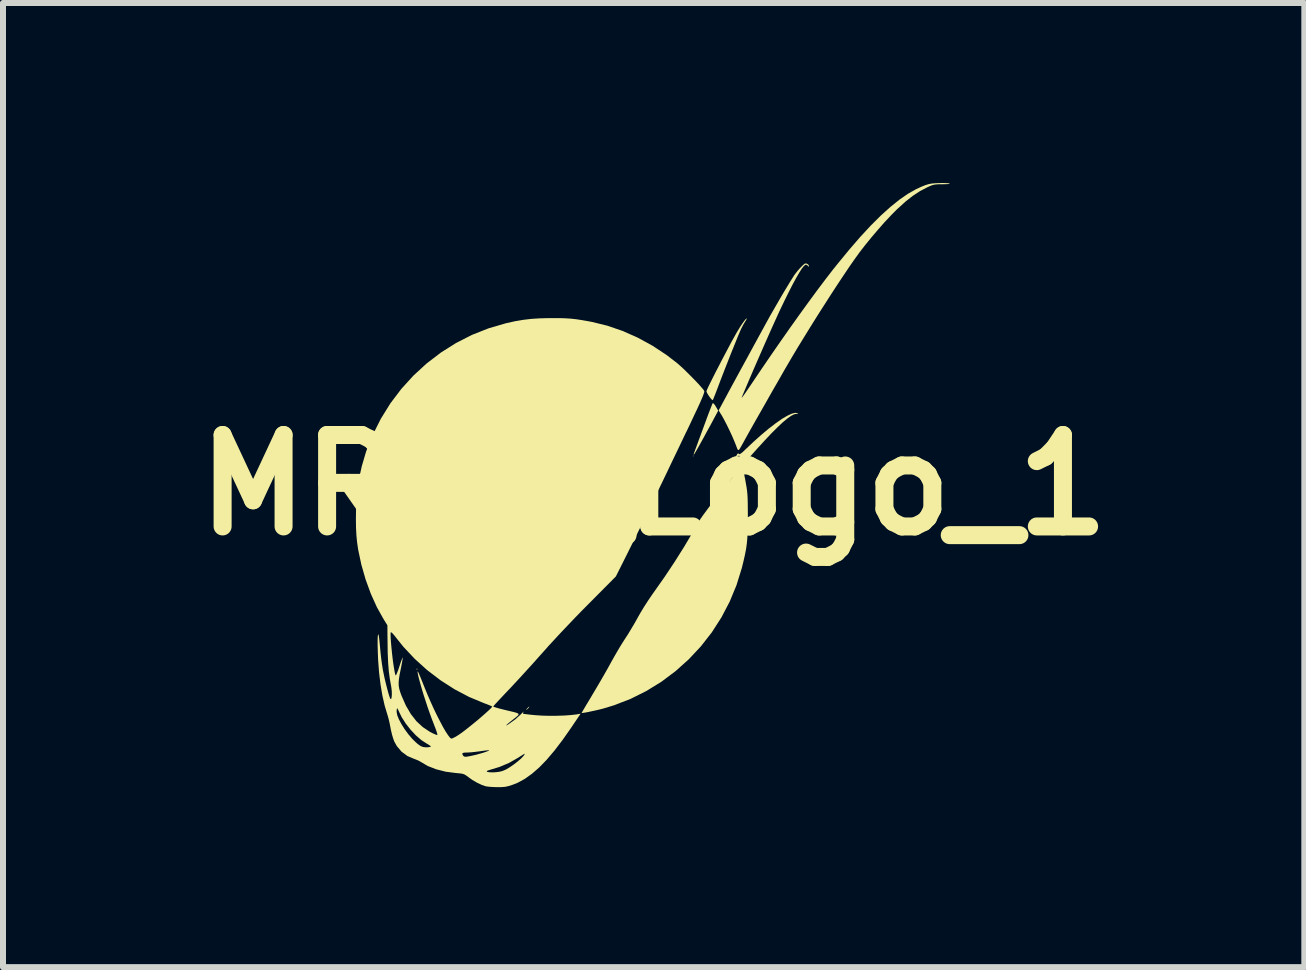
<source format=kicad_pcb>
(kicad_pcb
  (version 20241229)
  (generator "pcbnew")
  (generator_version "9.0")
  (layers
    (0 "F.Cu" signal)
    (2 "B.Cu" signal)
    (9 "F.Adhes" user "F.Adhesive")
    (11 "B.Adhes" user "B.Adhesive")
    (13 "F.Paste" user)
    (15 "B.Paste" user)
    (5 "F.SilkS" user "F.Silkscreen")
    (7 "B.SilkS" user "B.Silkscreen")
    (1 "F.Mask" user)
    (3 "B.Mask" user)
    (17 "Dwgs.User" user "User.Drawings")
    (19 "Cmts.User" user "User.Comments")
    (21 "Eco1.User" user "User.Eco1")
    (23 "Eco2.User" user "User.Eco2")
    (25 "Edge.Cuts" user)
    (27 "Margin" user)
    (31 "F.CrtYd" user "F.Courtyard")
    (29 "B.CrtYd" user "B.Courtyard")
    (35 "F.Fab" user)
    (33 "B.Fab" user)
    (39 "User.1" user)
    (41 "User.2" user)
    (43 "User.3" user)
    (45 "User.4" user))
  (footprint "MRDT_Logo_1"
    (layer "F.Cu")
    (at 7.845 5.035)
    (property "Reference" "MRDT_Logo_1" (at 0 0 0) (layer "F.SilkS") (effects (font (size 1.524 1.524) (thickness 0.3))))
    (attr board_only exclude_from_pos_files exclude_from_bom)
    (fp_poly (pts (xy 0.666 -0.485) (xy 0.659 -0.478) (xy 0.651 -0.485) (xy 0.659 -0.492)) (stroke (width 0) (type solid)) (fill yes) (layer "F.SilkS"))
    (fp_poly (pts (xy -3.941 3.059) (xy -3.94 3.076) (xy -3.941 3.078) (xy -3.95 3.076) (xy -3.951 3.068) (xy -3.946 3.056)) (stroke (width 0) (type solid)) (fill yes) (layer "F.SilkS"))
    (fp_poly (pts (xy -2.075 3.7) (xy -2.091 3.72) (xy -2.113 3.741) (xy -2.125 3.748) (xy -2.122 3.739) (xy -2.106 3.72) (xy -2.084 3.698) (xy -2.072 3.691)) (stroke (width 0) (type solid)) (fill yes) (layer "F.SilkS"))
    (fp_poly (pts (xy 0.997 -1.361) (xy 1.018 -1.337) (xy 1.036 -1.309) (xy 1.076 -1.24) (xy 1.021 -1.138) (xy 0.953 -1.011) (xy 0.888 -0.893) (xy 0.83 -0.786) (xy 0.779 -0.694) (xy 0.736 -0.617) (xy 0.703 -0.559) (xy 0.68 -0.521) (xy 0.67 -0.507) (xy 0.67 -0.507) (xy 0.667 -0.517) (xy 0.67 -0.525) (xy 0.676 -0.542) (xy 0.691 -0.584) (xy 0.714 -0.645) (xy 0.742 -0.723) (xy 0.776 -0.814) (xy 0.813 -0.915) (xy 0.825 -0.948) (xy 0.863 -1.051) (xy 0.897 -1.144) (xy 0.928 -1.226) (xy 0.954 -1.292) (xy 0.972 -1.339) (xy 0.983 -1.363) (xy 0.984 -1.366)) (stroke (width 0) (type solid)) (fill yes) (layer "F.SilkS"))
    (fp_poly (pts (xy 2.395 -1.2) (xy 2.41 -1.192) (xy 2.401 -1.189) (xy 2.379 -1.188) (xy 2.34 -1.179) (xy 2.29 -1.153) (xy 2.229 -1.11) (xy 2.155 -1.049) (xy 2.069 -0.968) (xy 1.968 -0.868) (xy 1.854 -0.747) (xy 1.724 -0.605) (xy 1.577 -0.441) (xy 1.491 -0.344) (xy 1.482 -0.35) (xy 1.469 -0.378) (xy 1.456 -0.412) (xy 1.442 -0.455) (xy 1.429 -0.484) (xy 1.422 -0.492) (xy 1.406 -0.483) (xy 1.379 -0.462) (xy 1.377 -0.46) (xy 1.34 -0.427) (xy 1.362 -0.463) (xy 1.383 -0.497) (xy 1.396 -0.519) (xy 1.408 -0.531) (xy 1.42 -0.519) (xy 1.431 -0.514) (xy 1.453 -0.526) (xy 1.489 -0.555) (xy 1.523 -0.588) (xy 1.663 -0.72) (xy 1.795 -0.838) (xy 1.919 -0.942) (xy 2.034 -1.03) (xy 2.136 -1.102) (xy 2.226 -1.155) (xy 2.301 -1.19) (xy 2.36 -1.204)) (stroke (width 0) (type solid)) (fill yes) (layer "F.SilkS"))
    (fp_poly (pts (xy 1.55 -2.768) (xy 1.536 -2.742) (xy 1.525 -2.725) (xy 1.497 -2.679) (xy 1.467 -2.623) (xy 1.452 -2.591) (xy 1.432 -2.544) (xy 1.403 -2.476) (xy 1.368 -2.389) (xy 1.327 -2.288) (xy 1.283 -2.179) (xy 1.238 -2.064) (xy 1.193 -1.95) (xy 1.15 -1.839) (xy 1.111 -1.738) (xy 1.078 -1.65) (xy 1.049 -1.574) (xy 1.024 -1.509) (xy 1.003 -1.457) (xy 0.99 -1.425) (xy 0.985 -1.416) (xy 0.973 -1.421) (xy 0.951 -1.445) (xy 0.926 -1.477) (xy 0.9 -1.517) (xy 0.883 -1.55) (xy 0.88 -1.565) (xy 0.89 -1.591) (xy 0.912 -1.64) (xy 0.945 -1.707) (xy 0.985 -1.788) (xy 1.032 -1.881) (xy 1.084 -1.981) (xy 1.138 -2.086) (xy 1.193 -2.19) (xy 1.247 -2.292) (xy 1.297 -2.387) (xy 1.344 -2.471) (xy 1.383 -2.541) (xy 1.404 -2.576) (xy 1.444 -2.641) (xy 1.482 -2.698) (xy 1.515 -2.743) (xy 1.539 -2.771) (xy 1.551 -2.779)) (stroke (width 0) (type solid)) (fill yes) (layer "F.SilkS"))
    (fp_poly (pts (xy 1.49 -0.263) (xy 1.498 -0.227) (xy 1.51 -0.171) (xy 1.524 -0.101) (xy 1.537 -0.028) (xy 1.548 0.034) (xy 1.556 0.091) (xy 1.562 0.15) (xy 1.566 0.215) (xy 1.568 0.293) (xy 1.569 0.388) (xy 1.57 0.506) (xy 1.57 0.521) (xy 1.569 0.663) (xy 1.566 0.783) (xy 1.561 0.887) (xy 1.552 0.982) (xy 1.539 1.073) (xy 1.52 1.169) (xy 1.496 1.274) (xy 1.47 1.38) (xy 1.381 1.667) (xy 1.267 1.943) (xy 1.129 2.206) (xy 0.969 2.455) (xy 0.787 2.688) (xy 0.585 2.904) (xy 0.365 3.101) (xy 0.129 3.278) (xy -0.123 3.433) (xy -0.388 3.565) (xy -0.666 3.672) (xy -0.841 3.725) (xy -0.904 3.741) (xy -0.973 3.757) (xy -1.042 3.772) (xy -1.104 3.785) (xy -1.156 3.794) (xy -1.19 3.799) (xy -1.201 3.798) (xy -1.194 3.785) (xy -1.174 3.751) (xy -1.143 3.698) (xy -1.103 3.631) (xy -1.056 3.553) (xy -1.016 3.485) (xy -0.955 3.383) (xy -0.891 3.274) (xy -0.828 3.165) (xy -0.77 3.063) (xy -0.722 2.976) (xy -0.709 2.952) (xy -0.659 2.863) (xy -0.603 2.766) (xy -0.547 2.672) (xy -0.496 2.591) (xy -0.477 2.562) (xy -0.426 2.483) (xy -0.37 2.39) (xy -0.313 2.294) (xy -0.264 2.206) (xy -0.261 2.2) (xy -0.215 2.12) (xy -0.158 2.026) (xy -0.094 1.927) (xy -0.03 1.832) (xy 0.007 1.78) (xy 0.185 1.527) (xy 0.35 1.279) (xy 0.51 1.025) (xy 0.668 0.758) (xy 0.753 0.608) (xy 0.781 0.563) (xy 0.825 0.5) (xy 0.883 0.421) (xy 0.95 0.331) (xy 1.026 0.232) (xy 1.107 0.129) (xy 1.19 0.024) (xy 1.273 -0.079) (xy 1.353 -0.176) (xy 1.428 -0.264) (xy 1.435 -0.271) (xy 1.475 -0.318)) (stroke (width 0) (type solid)) (fill yes) (layer "F.SilkS"))
    (fp_poly (pts (xy 4.872 -5.033) (xy 4.915 -5.03) (xy 4.931 -5.027) (xy 4.933 -5.021) (xy 4.908 -5.017) (xy 4.857 -5.015) (xy 4.815 -5.014) (xy 4.746 -5.014) (xy 4.695 -5.01) (xy 4.654 -5.002) (xy 4.612 -4.987) (xy 4.56 -4.963) (xy 4.556 -4.961) (xy 4.438 -4.899) (xy 4.322 -4.823) (xy 4.202 -4.729) (xy 4.075 -4.614) (xy 4.047 -4.588) (xy 3.954 -4.494) (xy 3.849 -4.382) (xy 3.74 -4.258) (xy 3.63 -4.129) (xy 3.526 -4.001) (xy 3.432 -3.88) (xy 3.417 -3.859) (xy 3.345 -3.759) (xy 3.26 -3.637) (xy 3.166 -3.497) (xy 3.063 -3.342) (xy 2.954 -3.175) (xy 2.842 -3) (xy 2.727 -2.82) (xy 2.614 -2.639) (xy 2.503 -2.459) (xy 2.396 -2.285) (xy 2.297 -2.119) (xy 2.226 -1.997) (xy 2.183 -1.924) (xy 2.131 -1.833) (xy 2.072 -1.729) (xy 2.006 -1.615) (xy 1.937 -1.494) (xy 1.867 -1.37) (xy 1.797 -1.247) (xy 1.729 -1.128) (xy 1.666 -1.017) (xy 1.609 -0.916) (xy 1.561 -0.83) (xy 1.523 -0.762) (xy 1.498 -0.716) (xy 1.461 -0.65) (xy 1.436 -0.607) (xy 1.419 -0.585) (xy 1.406 -0.584) (xy 1.395 -0.602) (xy 1.382 -0.636) (xy 1.375 -0.655) (xy 1.347 -0.725) (xy 1.31 -0.812) (xy 1.266 -0.907) (xy 1.221 -1) (xy 1.177 -1.085) (xy 1.14 -1.152) (xy 1.136 -1.158) (xy 1.083 -1.245) (xy 1.202 -1.465) (xy 1.247 -1.549) (xy 1.302 -1.651) (xy 1.368 -1.772) (xy 1.445 -1.914) (xy 1.535 -2.078) (xy 1.636 -2.264) (xy 1.75 -2.473) (xy 1.878 -2.707) (xy 1.886 -2.721) (xy 1.933 -2.807) (xy 1.988 -2.903) (xy 2.047 -3.005) (xy 2.107 -3.109) (xy 2.166 -3.21) (xy 2.223 -3.304) (xy 2.273 -3.387) (xy 2.316 -3.455) (xy 2.347 -3.504) (xy 2.357 -3.517) (xy 2.395 -3.566) (xy 2.438 -3.615) (xy 2.479 -3.657) (xy 2.512 -3.686) (xy 2.521 -3.692) (xy 2.549 -3.693) (xy 2.576 -3.676) (xy 2.59 -3.648) (xy 2.591 -3.643) (xy 2.584 -3.64) (xy 2.571 -3.654) (xy 2.546 -3.672) (xy 2.529 -3.672) (xy 2.504 -3.651) (xy 2.468 -3.606) (xy 2.424 -3.536) (xy 2.371 -3.445) (xy 2.311 -3.334) (xy 2.245 -3.204) (xy 2.173 -3.058) (xy 2.096 -2.897) (xy 2.055 -2.807) (xy 2.019 -2.728) (xy 1.977 -2.635) (xy 1.93 -2.53) (xy 1.88 -2.417) (xy 1.828 -2.299) (xy 1.775 -2.178) (xy 1.722 -2.057) (xy 1.671 -1.94) (xy 1.623 -1.828) (xy 1.579 -1.726) (xy 1.541 -1.636) (xy 1.509 -1.56) (xy 1.485 -1.503) (xy 1.47 -1.466) (xy 1.466 -1.453) (xy 1.475 -1.463) (xy 1.498 -1.493) (xy 1.532 -1.541) (xy 1.574 -1.603) (xy 1.623 -1.675) (xy 1.639 -1.699) (xy 1.795 -1.93) (xy 1.954 -2.163) (xy 2.114 -2.394) (xy 2.273 -2.621) (xy 2.43 -2.841) (xy 2.582 -3.051) (xy 2.726 -3.247) (xy 2.861 -3.426) (xy 2.985 -3.587) (xy 3.062 -3.683) (xy 3.259 -3.923) (xy 3.445 -4.138) (xy 3.621 -4.328) (xy 3.788 -4.494) (xy 3.946 -4.636) (xy 4.096 -4.757) (xy 4.239 -4.856) (xy 4.376 -4.933) (xy 4.468 -4.975) (xy 4.531 -5) (xy 4.584 -5.016) (xy 4.635 -5.026) (xy 4.698 -5.031) (xy 4.747 -5.033) (xy 4.814 -5.035)) (stroke (width 0) (type solid)) (fill yes) (layer "F.SilkS"))
    (fp_poly (pts (xy -1.578 -2.783) (xy -1.475 -2.78) (xy -1.382 -2.774) (xy -1.291 -2.764) (xy -1.193 -2.749) (xy -1.079 -2.729) (xy -1.028 -2.719) (xy -0.774 -2.657) (xy -0.518 -2.569) (xy -0.265 -2.457) (xy -0.02 -2.323) (xy 0.214 -2.169) (xy 0.392 -2.032) (xy 0.441 -1.989) (xy 0.499 -1.936) (xy 0.562 -1.874) (xy 0.627 -1.809) (xy 0.69 -1.745) (xy 0.747 -1.685) (xy 0.793 -1.633) (xy 0.827 -1.593) (xy 0.842 -1.571) (xy 0.844 -1.56) (xy 0.841 -1.542) (xy 0.832 -1.515) (xy 0.818 -1.477) (xy 0.796 -1.426) (xy 0.767 -1.359) (xy 0.728 -1.274) (xy 0.679 -1.171) (xy 0.62 -1.045) (xy 0.549 -0.896) (xy 0.538 -0.875) (xy 0.415 -0.617) (xy 0.303 -0.384) (xy 0.202 -0.172) (xy 0.11 0.019) (xy 0.026 0.193) (xy -0.05 0.35) (xy -0.12 0.494) (xy -0.184 0.626) (xy -0.244 0.749) (xy -0.301 0.864) (xy -0.355 0.973) (xy -0.408 1.079) (xy -0.424 1.112) (xy -0.63 1.523) (xy -1.078 1.974) (xy -1.188 2.085) (xy -1.306 2.206) (xy -1.425 2.331) (xy -1.543 2.455) (xy -1.653 2.574) (xy -1.753 2.682) (xy -1.836 2.776) (xy -1.839 2.779) (xy -1.931 2.882) (xy -2.031 2.994) (xy -2.135 3.108) (xy -2.236 3.219) (xy -2.329 3.319) (xy -2.409 3.405) (xy -2.411 3.406) (xy -2.481 3.48) (xy -2.544 3.547) (xy -2.598 3.605) (xy -2.639 3.649) (xy -2.665 3.679) (xy -2.674 3.69) (xy -2.663 3.697) (xy -2.627 3.709) (xy -2.574 3.724) (xy -2.507 3.741) (xy -2.479 3.748) (xy -2.386 3.77) (xy -2.319 3.786) (xy -2.275 3.8) (xy -2.254 3.812) (xy -2.252 3.827) (xy -2.267 3.846) (xy -2.299 3.872) (xy -2.343 3.907) (xy -2.4 3.952) (xy -2.439 3.985) (xy -2.458 4.004) (xy -2.457 4.007) (xy -2.434 3.995) (xy -2.421 3.987) (xy -2.308 3.906) (xy -2.214 3.821) (xy -2.208 3.815) (xy -2.181 3.788) (xy -2.168 3.775) (xy -2.169 3.78) (xy -2.179 3.802) (xy -2.175 3.811) (xy -2.157 3.815) (xy -2.116 3.82) (xy -2.057 3.827) (xy -1.986 3.834) (xy -1.961 3.836) (xy -1.853 3.843) (xy -1.733 3.846) (xy -1.608 3.845) (xy -1.487 3.841) (xy -1.378 3.833) (xy -1.289 3.823) (xy -1.285 3.822) (xy -1.218 3.811) (xy -1.375 4.044) (xy -1.518 4.248) (xy -1.654 4.426) (xy -1.783 4.578) (xy -1.908 4.707) (xy -2.029 4.812) (xy -2.148 4.897) (xy -2.265 4.961) (xy -2.35 4.995) (xy -2.416 5.016) (xy -2.473 5.029) (xy -2.533 5.034) (xy -2.605 5.035) (xy -2.672 5.033) (xy -2.735 5.029) (xy -2.783 5.023) (xy -2.797 5.021) (xy -2.864 4.998) (xy -2.943 4.961) (xy -3.022 4.915) (xy -3.091 4.866) (xy -3.127 4.839) (xy -3.157 4.822) (xy -3.189 4.811) (xy -3.234 4.805) (xy -3.298 4.799) (xy -3.3 4.799) (xy -3.469 4.777) (xy -3.487 4.772) (xy -2.784 4.772) (xy -2.77 4.781) (xy -2.734 4.787) (xy -2.677 4.788) (xy -2.648 4.787) (xy -2.579 4.78) (xy -2.524 4.767) (xy -2.469 4.744) (xy -2.452 4.735) (xy -2.391 4.698) (xy -2.325 4.652) (xy -2.262 4.603) (xy -2.208 4.556) (xy -2.17 4.515) (xy -2.163 4.506) (xy -2.152 4.488) (xy -2.148 4.479) (xy -2.156 4.48) (xy -2.178 4.493) (xy -2.219 4.519) (xy -2.265 4.548) (xy -2.411 4.631) (xy -2.57 4.698) (xy -2.734 4.748) (xy -2.772 4.761) (xy -2.784 4.772) (xy -3.487 4.772) (xy -3.625 4.737) (xy -3.766 4.682) (xy -3.883 4.613) (xy -3.923 4.591) (xy -3.974 4.57) (xy -3.991 4.564) (xy -4.104 4.516) (xy -4.151 4.481) (xy -3.19 4.481) (xy -3.18 4.503) (xy -3.168 4.518) (xy -3.152 4.527) (xy -3.126 4.528) (xy -3.085 4.522) (xy -3.021 4.509) (xy -3.018 4.508) (xy -2.96 4.495) (xy -2.899 4.478) (xy -2.84 4.461) (xy -2.79 4.444) (xy -2.754 4.43) (xy -2.739 4.421) (xy -2.739 4.42) (xy -2.755 4.42) (xy -2.793 4.423) (xy -2.847 4.43) (xy -2.889 4.436) (xy -2.96 4.445) (xy -3.029 4.453) (xy -3.086 4.457) (xy -3.106 4.458) (xy -3.157 4.459) (xy -3.184 4.467) (xy -3.19 4.481) (xy -4.151 4.481) (xy -4.202 4.444) (xy -4.281 4.35) (xy -4.324 4.273) (xy -4.342 4.223) (xy -4.362 4.156) (xy -4.379 4.082) (xy -4.386 4.047) (xy -4.4 3.974) (xy -4.417 3.9) (xy -4.434 3.839) (xy -4.441 3.817) (xy -4.452 3.781) (xy -4.284 3.781) (xy -4.274 3.836) (xy -4.246 3.905) (xy -4.204 3.984) (xy -4.152 4.067) (xy -4.092 4.149) (xy -4.028 4.225) (xy -3.963 4.289) (xy -3.928 4.319) (xy -3.882 4.351) (xy -3.842 4.366) (xy -3.797 4.371) (xy -3.791 4.371) (xy -3.749 4.369) (xy -3.72 4.363) (xy -3.714 4.36) (xy -3.722 4.347) (xy -3.75 4.328) (xy -3.785 4.307) (xy -3.873 4.25) (xy -3.963 4.172) (xy -4.051 4.078) (xy -4.132 3.975) (xy -4.2 3.868) (xy -4.239 3.788) (xy -4.257 3.749) (xy -4.271 3.724) (xy -4.276 3.72) (xy -4.281 3.732) (xy -4.284 3.765) (xy -4.284 3.781) (xy -4.452 3.781) (xy -4.484 3.674) (xy -4.522 3.507) (xy -4.553 3.321) (xy -4.577 3.121) (xy -4.593 2.91) (xy -4.598 2.777) (xy -4.601 2.67) (xy -4.601 2.586) (xy -4.599 2.528) (xy -4.595 2.494) (xy -4.59 2.487) (xy -4.583 2.506) (xy -4.576 2.553) (xy -4.568 2.627) (xy -4.562 2.689) (xy -4.553 2.784) (xy -4.542 2.886) (xy -4.529 2.983) (xy -4.516 3.065) (xy -4.516 3.068) (xy -4.501 3.142) (xy -4.484 3.223) (xy -4.464 3.306) (xy -4.444 3.385) (xy -4.425 3.456) (xy -4.408 3.514) (xy -4.394 3.553) (xy -4.385 3.568) (xy -4.374 3.562) (xy -4.367 3.534) (xy -4.364 3.491) (xy -4.365 3.438) (xy -4.371 3.382) (xy -4.376 3.35) (xy -4.398 3.228) (xy -4.415 3.099) (xy -4.426 2.956) (xy -4.433 2.795) (xy -4.435 2.649) (xy -4.437 2.488) (xy -4.385 2.488) (xy -4.384 2.542) (xy -4.379 2.613) (xy -4.372 2.695) (xy -4.363 2.784) (xy -4.353 2.874) (xy -4.342 2.961) (xy -4.33 3.039) (xy -4.319 3.104) (xy -4.309 3.15) (xy -4.301 3.173) (xy -4.3 3.173) (xy -4.292 3.165) (xy -4.278 3.134) (xy -4.259 3.085) (xy -4.241 3.031) (xy -4.221 2.969) (xy -4.203 2.919) (xy -4.19 2.885) (xy -4.184 2.873) (xy -4.183 2.885) (xy -4.188 2.919) (xy -4.197 2.972) (xy -4.21 3.039) (xy -4.214 3.059) (xy -4.234 3.157) (xy -4.246 3.234) (xy -4.251 3.295) (xy -4.249 3.348) (xy -4.24 3.399) (xy -4.223 3.454) (xy -4.204 3.507) (xy -4.13 3.675) (xy -4.047 3.817) (xy -3.954 3.936) (xy -3.848 4.034) (xy -3.728 4.114) (xy -3.693 4.132) (xy -3.65 4.152) (xy -3.618 4.164) (xy -3.605 4.166) (xy -3.606 4.151) (xy -3.616 4.115) (xy -3.634 4.063) (xy -3.659 3.999) (xy -3.663 3.987) (xy -3.696 3.902) (xy -3.731 3.806) (xy -3.767 3.704) (xy -3.801 3.599) (xy -3.835 3.495) (xy -3.865 3.396) (xy -3.891 3.305) (xy -3.912 3.227) (xy -3.927 3.165) (xy -3.934 3.122) (xy -3.933 3.103) (xy -3.933 3.103) (xy -3.926 3.114) (xy -3.911 3.148) (xy -3.888 3.201) (xy -3.86 3.27) (xy -3.828 3.35) (xy -3.821 3.368) (xy -3.773 3.485) (xy -3.722 3.603) (xy -3.669 3.72) (xy -3.616 3.831) (xy -3.563 3.934) (xy -3.514 4.027) (xy -3.469 4.105) (xy -3.429 4.166) (xy -3.398 4.207) (xy -3.375 4.226) (xy -3.372 4.226) (xy -3.348 4.219) (xy -3.309 4.199) (xy -3.262 4.171) (xy -3.255 4.166) (xy -3.208 4.134) (xy -3.15 4.091) (xy -3.084 4.039) (xy -3.013 3.982) (xy -2.941 3.923) (xy -2.872 3.864) (xy -2.809 3.809) (xy -2.757 3.762) (xy -2.717 3.724) (xy -2.696 3.699) (xy -2.692 3.692) (xy -2.705 3.684) (xy -2.739 3.669) (xy -2.79 3.649) (xy -2.833 3.633) (xy -3.077 3.531) (xy -3.318 3.404) (xy -3.552 3.254) (xy -3.775 3.084) (xy -3.982 2.897) (xy -4.17 2.697) (xy -4.277 2.564) (xy -4.325 2.503) (xy -4.359 2.465) (xy -4.379 2.451) (xy -4.383 2.455) (xy -4.385 2.488) (xy -4.437 2.488) (xy -4.438 2.337) (xy -4.501 2.236) (xy -4.614 2.034) (xy -4.714 1.812) (xy -4.801 1.574) (xy -4.872 1.327) (xy -4.925 1.078) (xy -4.943 0.955) (xy -4.954 0.844) (xy -4.961 0.713) (xy -4.963 0.57) (xy -4.961 0.422) (xy -4.956 0.276) (xy -4.946 0.139) (xy -4.934 0.018) (xy -4.922 -0.057) (xy -4.864 -0.318) (xy -4.793 -0.559) (xy -4.705 -0.787) (xy -4.685 -0.832) (xy -4.547 -1.106) (xy -4.387 -1.364) (xy -4.205 -1.604) (xy -4.003 -1.826) (xy -3.783 -2.028) (xy -3.546 -2.209) (xy -3.294 -2.368) (xy -3.029 -2.503) (xy -2.751 -2.613) (xy -2.463 -2.697) (xy -2.455 -2.699) (xy -2.31 -2.731) (xy -2.175 -2.754) (xy -2.041 -2.77) (xy -1.9 -2.779) (xy -1.741 -2.783) (xy -1.701 -2.783)) (stroke (width 0) (type solid)) (fill yes) (layer "F.SilkS")))
  (gr_rect
    (start -3 -3)
    (end 18.69 13.07)
    (stroke (width 0.1) (type default))
    (fill no)
    (layer "Edge.Cuts")))
</source>
